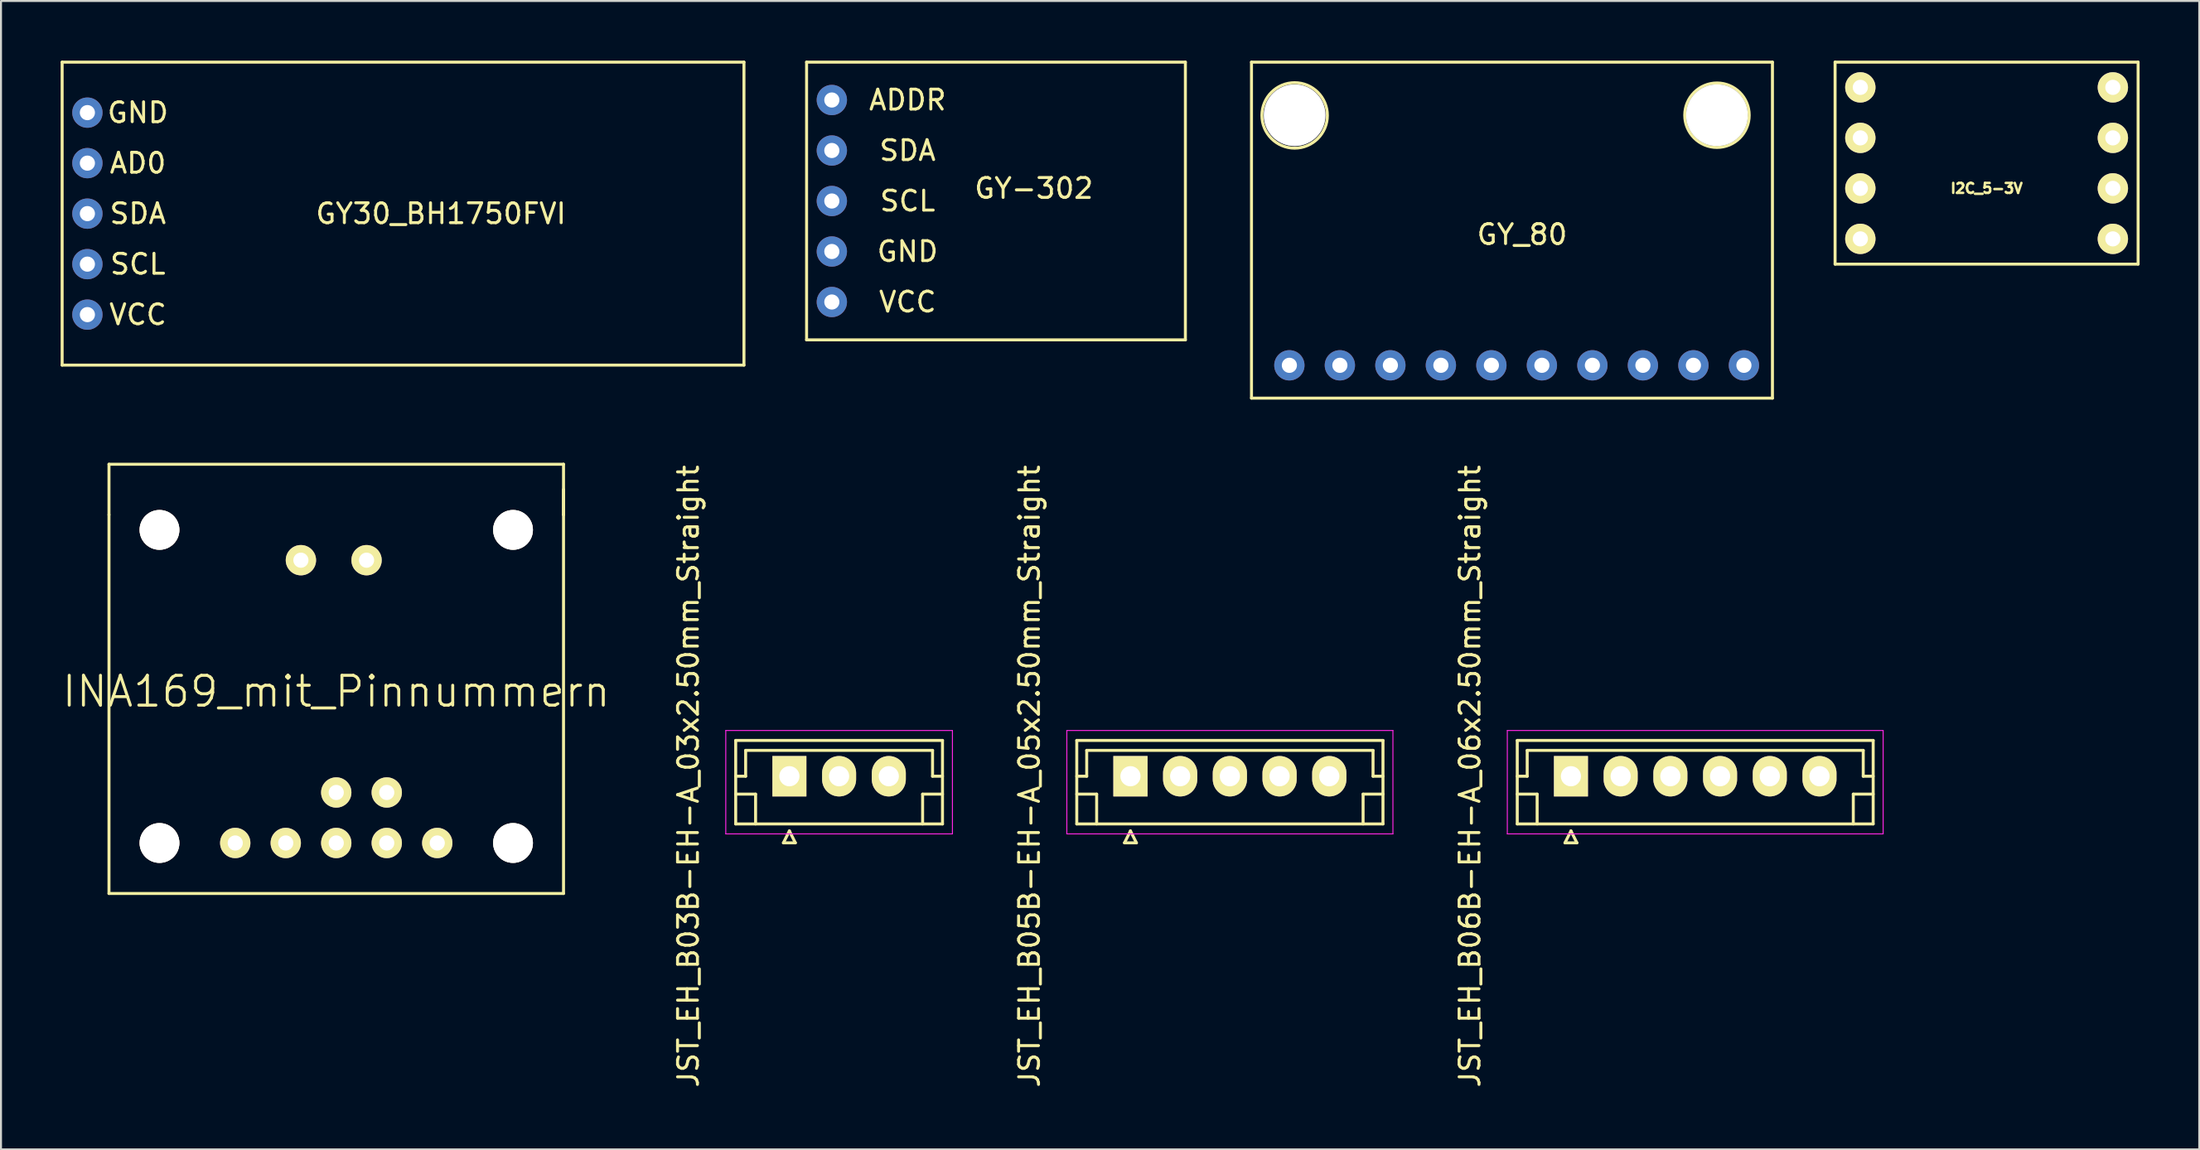
<source format=kicad_pcb>
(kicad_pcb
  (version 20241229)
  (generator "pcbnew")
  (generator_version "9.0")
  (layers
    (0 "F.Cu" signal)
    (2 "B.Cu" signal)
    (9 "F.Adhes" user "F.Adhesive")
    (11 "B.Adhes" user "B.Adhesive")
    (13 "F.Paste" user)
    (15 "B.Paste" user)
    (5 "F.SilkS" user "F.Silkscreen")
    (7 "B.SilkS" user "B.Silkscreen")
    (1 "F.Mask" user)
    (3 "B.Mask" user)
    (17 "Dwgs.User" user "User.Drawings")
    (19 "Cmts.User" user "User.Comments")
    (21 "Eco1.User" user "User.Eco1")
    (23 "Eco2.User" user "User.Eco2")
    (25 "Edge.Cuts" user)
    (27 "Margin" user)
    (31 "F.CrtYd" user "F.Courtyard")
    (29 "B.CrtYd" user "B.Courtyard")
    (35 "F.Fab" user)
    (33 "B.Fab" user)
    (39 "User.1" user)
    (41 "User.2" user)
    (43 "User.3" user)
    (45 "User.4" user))
  (footprint "INA169_mit_Pinnummern"
    (layer "F.Cu")
    (at 13.861 31.73)
    (property "Reference" "INA169_mit_Pinnummern" (at 0 0 180) (layer "F.SilkS") (effects (font (size 1.5 1.5) (thickness 0.15))))
    (attr through_hole)
    (fp_line (start -11.43 -11.43) (end 11.43 -11.43) (stroke (width 0.15) (type solid)) (layer "F.SilkS"))
    (fp_line (start -11.43 -8.89) (end -11.43 -11.43) (stroke (width 0.15) (type solid)) (layer "F.SilkS"))
    (fp_line (start -11.43 -8.89) (end -11.43 10.16) (stroke (width 0.15) (type solid)) (layer "F.SilkS"))
    (fp_line (start 11.43 -11.43) (end 11.43 -8.89) (stroke (width 0.15) (type solid)) (layer "F.SilkS"))
    (fp_line (start 11.43 -8.89) (end 11.43 -10.16) (stroke (width 0.15) (type solid)) (layer "F.SilkS"))
    (fp_line (start 11.43 10.16) (end -11.43 10.16) (stroke (width 0.15) (type solid)) (layer "F.SilkS"))
    (fp_line (start 11.43 10.16) (end 11.43 -8.89) (stroke (width 0.15) (type solid)) (layer "F.SilkS"))
    (pad "" thru_hole circle (at -8.89 -8.128) (size 2 2) (drill 2) (layers "*.Cu" "*.Mask" "F.SilkS"))
    (pad "" thru_hole circle (at -8.89 7.62) (size 2 2) (drill 2) (layers "*.Cu" "*.Mask" "F.SilkS"))
    (pad "" thru_hole circle (at 8.89 -8.128) (size 2 2) (drill 2) (layers "*.Cu" "*.Mask" "F.SilkS"))
    (pad "" thru_hole circle (at 8.89 7.62) (size 2 2) (drill 2) (layers "*.Cu" "*.Mask" "F.SilkS"))
    (pad "1" thru_hole circle (at -5.08 7.62) (size 1.524 1.524) (drill 0.762) (layers "*.Cu" "*.Mask" "F.SilkS"))
    (pad "2" thru_hole circle (at -2.54 7.62) (size 1.524 1.524) (drill 0.762) (layers "*.Cu" "*.Mask" "F.SilkS"))
    (pad "3" thru_hole circle (at 5.08 7.62) (size 1.524 1.524) (drill 0.762) (layers "*.Cu" "*.Mask" "F.SilkS"))
    (pad "4" thru_hole circle (at 1.524 -6.604) (size 1.524 1.524) (drill 0.762) (layers "*.Cu" "*.Mask" "F.SilkS"))
    (pad "4" thru_hole circle (at 2.54 5.08) (size 1.524 1.524) (drill 0.762) (layers "*.Cu" "*.Mask" "F.SilkS"))
    (pad "4" thru_hole circle (at 2.54 7.62) (size 1.524 1.524) (drill 0.762) (layers "*.Cu" "*.Mask" "F.SilkS"))
    (pad "5" thru_hole circle (at -1.778 -6.604) (size 1.524 1.524) (drill 0.762) (layers "*.Cu" "*.Mask" "F.SilkS"))
    (pad "5" thru_hole circle (at 0 5.08) (size 1.524 1.524) (drill 0.762) (layers "*.Cu" "*.Mask" "F.SilkS"))
    (pad "5" thru_hole circle (at 0 7.62) (size 1.524 1.524) (drill 0.762) (layers "*.Cu" "*.Mask" "F.SilkS")))
  (footprint "GY-302"
    (layer "F.Cu")
    (at 47.04 7.06)
    (property "Reference" "GY-302" (at 1.905 -0.635 0) (layer "F.SilkS") (effects (font (size 1 1) (thickness 0.15))))
    (attr through_hole)
    (fp_line (start -9.525 -6.985) (end -9.525 6.985) (stroke (width 0.15) (type solid)) (layer "F.SilkS"))
    (fp_line (start -9.525 -6.985) (end 9.525 -6.985) (stroke (width 0.15) (type solid)) (layer "F.SilkS"))
    (fp_line (start 9.525 -6.985) (end 9.525 6.985) (stroke (width 0.15) (type solid)) (layer "F.SilkS"))
    (fp_line (start 9.525 6.985) (end -9.525 6.985) (stroke (width 0.15) (type solid)) (layer "F.SilkS"))
    (fp_text user "ADDR" (at -4.445 -5.08 0) (layer "F.SilkS") (effects (font (size 1 1) (thickness 0.15))))
    (fp_text user "VCC" (at -4.445 5.08 0) (layer "F.SilkS") (effects (font (size 1 1) (thickness 0.15))))
    (fp_text user "SCL" (at -4.445 0 0) (layer "F.SilkS") (effects (font (size 1 1) (thickness 0.15))))
    (fp_text user "GND" (at -4.445 2.54 0) (layer "F.SilkS") (effects (font (size 1 1) (thickness 0.15))))
    (fp_text user "SDA" (at -4.445 -2.54 0) (layer "F.SilkS") (effects (font (size 1 1) (thickness 0.15))))
    (pad "1" thru_hole circle (at -8.255 -5.08) (size 1.524 1.524) (drill 0.762) (layers "*.Cu" "*.Mask"))
    (pad "2" thru_hole circle (at -8.255 -2.54) (size 1.524 1.524) (drill 0.762) (layers "*.Cu" "*.Mask"))
    (pad "3" thru_hole circle (at -8.255 0) (size 1.524 1.524) (drill 0.762) (layers "*.Cu" "*.Mask"))
    (pad "4" thru_hole circle (at -8.255 2.54) (size 1.524 1.524) (drill 0.762) (layers "*.Cu" "*.Mask"))
    (pad "5" thru_hole circle (at -8.255 5.08) (size 1.524 1.524) (drill 0.762) (layers "*.Cu" "*.Mask")))
  (footprint "I2C_5-3V"
    (layer "F.Cu")
    (at 96.86 5.155)
    (property "Reference" "I2C_5-3V" (at 0 1.27 0) (layer "F.SilkS") (effects (font (size 0.5 0.5) (thickness 0.125))))
    (attr through_hole)
    (fp_line (start -7.62 -5.08) (end 7.62 -5.08) (stroke (width 0.15) (type solid)) (layer "F.SilkS"))
    (fp_line (start -7.62 5.08) (end -7.62 -5.08) (stroke (width 0.15) (type solid)) (layer "F.SilkS"))
    (fp_line (start 7.62 -5.08) (end 7.62 5.08) (stroke (width 0.15) (type solid)) (layer "F.SilkS"))
    (fp_line (start 7.62 5.08) (end -7.62 5.08) (stroke (width 0.15) (type solid)) (layer "F.SilkS"))
    (pad "1" thru_hole circle (at -6.35 -3.81) (size 1.524 1.524) (drill 0.762) (layers "*.Cu" "*.Mask" "F.SilkS"))
    (pad "2" thru_hole circle (at -6.35 -1.27) (size 1.524 1.524) (drill 0.762) (layers "*.Cu" "*.Mask" "F.SilkS"))
    (pad "3" thru_hole circle (at -6.35 1.27) (size 1.524 1.524) (drill 0.762) (layers "*.Cu" "*.Mask" "F.SilkS"))
    (pad "4" thru_hole circle (at -6.35 3.81) (size 1.524 1.524) (drill 0.762) (layers "*.Cu" "*.Mask" "F.SilkS"))
    (pad "5" thru_hole circle (at 6.35 -3.81) (size 1.524 1.524) (drill 0.762) (layers "*.Cu" "*.Mask" "F.SilkS"))
    (pad "6" thru_hole circle (at 6.35 -1.27) (size 1.524 1.524) (drill 0.762) (layers "*.Cu" "*.Mask" "F.SilkS"))
    (pad "7" thru_hole circle (at 6.35 1.27) (size 1.524 1.524) (drill 0.762) (layers "*.Cu" "*.Mask" "F.SilkS"))
    (pad "8" thru_hole circle (at 6.35 3.81) (size 1.524 1.524) (drill 0.762) (layers "*.Cu" "*.Mask" "F.SilkS")))
  (footprint "JST_EH_B03B-EH-A_03x2.50mm_Straight"
    (layer "F.Cu")
    (at 36.65 35.993)
    (property "Reference" "JST_EH_B03B-EH-A_03x2.50mm_Straight" (at -5.08 0 90) (layer "F.SilkS") (effects (font (size 1 1) (thickness 0.15))))
    (attr through_hole)
    (fp_line (start -2.7 -1.8) (end -2.7 2.4) (stroke (width 0.15) (type solid)) (layer "F.SilkS"))
    (fp_line (start -2.7 0) (end -2.2 0) (stroke (width 0.15) (type solid)) (layer "F.SilkS"))
    (fp_line (start -2.7 0.9) (end -1.7 0.9) (stroke (width 0.15) (type solid)) (layer "F.SilkS"))
    (fp_line (start -2.7 2.4) (end 7.7 2.4) (stroke (width 0.15) (type solid)) (layer "F.SilkS"))
    (fp_line (start -2.2 -1.3) (end 7.2 -1.3) (stroke (width 0.15) (type solid)) (layer "F.SilkS"))
    (fp_line (start -2.2 0) (end -2.2 -1.3) (stroke (width 0.15) (type solid)) (layer "F.SilkS"))
    (fp_line (start -1.7 0.9) (end -1.7 2.4) (stroke (width 0.15) (type solid)) (layer "F.SilkS"))
    (fp_line (start -0.3 3.35) (end 0.3 3.35) (stroke (width 0.15) (type solid)) (layer "F.SilkS"))
    (fp_line (start 0 2.75) (end -0.3 3.35) (stroke (width 0.15) (type solid)) (layer "F.SilkS"))
    (fp_line (start 0.3 3.35) (end 0 2.75) (stroke (width 0.15) (type solid)) (layer "F.SilkS"))
    (fp_line (start 6.7 0.9) (end 6.7 2.4) (stroke (width 0.15) (type solid)) (layer "F.SilkS"))
    (fp_line (start 7.2 -1.3) (end 7.2 0) (stroke (width 0.15) (type solid)) (layer "F.SilkS"))
    (fp_line (start 7.2 0) (end 7.7 0) (stroke (width 0.15) (type solid)) (layer "F.SilkS"))
    (fp_line (start 7.7 -1.8) (end -2.7 -1.8) (stroke (width 0.15) (type solid)) (layer "F.SilkS"))
    (fp_line (start 7.7 0.9) (end 6.7 0.9) (stroke (width 0.15) (type solid)) (layer "F.SilkS"))
    (fp_line (start 7.7 2.4) (end 7.7 -1.8) (stroke (width 0.15) (type solid)) (layer "F.SilkS"))
    (fp_line (start -3.2 -2.3) (end -3.2 2.9) (stroke (width 0.05) (type solid)) (layer "F.CrtYd"))
    (fp_line (start -3.2 2.9) (end 8.2 2.9) (stroke (width 0.05) (type solid)) (layer "F.CrtYd"))
    (fp_line (start 8.2 -2.3) (end -3.2 -2.3) (stroke (width 0.05) (type solid)) (layer "F.CrtYd"))
    (fp_line (start 8.2 2.9) (end 8.2 -2.3) (stroke (width 0.05) (type solid)) (layer "F.CrtYd"))
    (pad "1" thru_hole rect (at 0 0) (size 1.71 2.032) (drill 1.016) (layers "*.Cu" "*.Mask" "F.SilkS"))
    (pad "2" thru_hole oval (at 2.5 0) (size 1.71 2.032) (drill 1.016) (layers "*.Cu" "*.Mask" "F.SilkS"))
    (pad "3" thru_hole oval (at 5 0) (size 1.71 2.032) (drill 1.016) (layers "*.Cu" "*.Mask" "F.SilkS")))
  (footprint "JST_EH_B06B-EH-A_06x2.50mm_Straight"
    (layer "F.Cu")
    (at 75.956 35.993)
    (property "Reference" "JST_EH_B06B-EH-A_06x2.50mm_Straight" (at -5.08 0 90) (layer "F.SilkS") (effects (font (size 1 1) (thickness 0.15))))
    (attr through_hole)
    (fp_line (start -2.7 -1.8) (end -2.7 2.4) (stroke (width 0.15) (type solid)) (layer "F.SilkS"))
    (fp_line (start -2.7 0) (end -2.2 0) (stroke (width 0.15) (type solid)) (layer "F.SilkS"))
    (fp_line (start -2.7 0.9) (end -1.7 0.9) (stroke (width 0.15) (type solid)) (layer "F.SilkS"))
    (fp_line (start -2.7 2.4) (end 15.2 2.4) (stroke (width 0.15) (type solid)) (layer "F.SilkS"))
    (fp_line (start -2.2 -1.3) (end 14.7 -1.3) (stroke (width 0.15) (type solid)) (layer "F.SilkS"))
    (fp_line (start -2.2 0) (end -2.2 -1.3) (stroke (width 0.15) (type solid)) (layer "F.SilkS"))
    (fp_line (start -1.7 0.9) (end -1.7 2.4) (stroke (width 0.15) (type solid)) (layer "F.SilkS"))
    (fp_line (start -0.3 3.35) (end 0.3 3.35) (stroke (width 0.15) (type solid)) (layer "F.SilkS"))
    (fp_line (start 0 2.75) (end -0.3 3.35) (stroke (width 0.15) (type solid)) (layer "F.SilkS"))
    (fp_line (start 0.3 3.35) (end 0 2.75) (stroke (width 0.15) (type solid)) (layer "F.SilkS"))
    (fp_line (start 14.2 0.9) (end 14.2 2.4) (stroke (width 0.15) (type solid)) (layer "F.SilkS"))
    (fp_line (start 14.7 -1.3) (end 14.7 0) (stroke (width 0.15) (type solid)) (layer "F.SilkS"))
    (fp_line (start 14.7 0) (end 15.2 0) (stroke (width 0.15) (type solid)) (layer "F.SilkS"))
    (fp_line (start 15.2 -1.8) (end -2.7 -1.8) (stroke (width 0.15) (type solid)) (layer "F.SilkS"))
    (fp_line (start 15.2 0.9) (end 14.2 0.9) (stroke (width 0.15) (type solid)) (layer "F.SilkS"))
    (fp_line (start 15.2 2.4) (end 15.2 -1.8) (stroke (width 0.15) (type solid)) (layer "F.SilkS"))
    (fp_line (start -3.2 -2.3) (end -3.2 2.9) (stroke (width 0.05) (type solid)) (layer "F.CrtYd"))
    (fp_line (start -3.2 2.9) (end 15.7 2.9) (stroke (width 0.05) (type solid)) (layer "F.CrtYd"))
    (fp_line (start 15.7 -2.3) (end -3.2 -2.3) (stroke (width 0.05) (type solid)) (layer "F.CrtYd"))
    (fp_line (start 15.7 2.9) (end 15.7 -2.3) (stroke (width 0.05) (type solid)) (layer "F.CrtYd"))
    (pad "1" thru_hole rect (at 0 0) (size 1.71 2.032) (drill 1.016) (layers "*.Cu" "*.Mask" "F.SilkS"))
    (pad "2" thru_hole oval (at 2.5 0) (size 1.71 2.032) (drill 1.016) (layers "*.Cu" "*.Mask" "F.SilkS"))
    (pad "3" thru_hole oval (at 5 0) (size 1.71 2.032) (drill 1.016) (layers "*.Cu" "*.Mask" "F.SilkS"))
    (pad "4" thru_hole oval (at 7.5 0) (size 1.71 2.032) (drill 1.016) (layers "*.Cu" "*.Mask" "F.SilkS"))
    (pad "5" thru_hole oval (at 10 0) (size 1.71 2.032) (drill 1.016) (layers "*.Cu" "*.Mask" "F.SilkS"))
    (pad "6" thru_hole oval (at 12.5 0) (size 1.71 2.032) (drill 1.016) (layers "*.Cu" "*.Mask" "F.SilkS")))
  (footprint "GY30_BH1750FVI"
    (layer "F.Cu")
    (at 17.22 7.695)
    (property "Reference" "GY30_BH1750FVI" (at 1.905 0 0) (unlocked yes) (layer "F.SilkS") (effects (font (size 1 1) (thickness 0.15))))
    (attr through_hole)
    (fp_line (start -17.145 -7.62) (end 17.145 -7.62) (stroke (width 0.15) (type solid)) (layer "F.SilkS"))
    (fp_line (start -17.145 7.62) (end -17.145 -7.62) (stroke (width 0.15) (type solid)) (layer "F.SilkS"))
    (fp_line (start 17.145 -7.62) (end 17.145 7.62) (stroke (width 0.15) (type solid)) (layer "F.SilkS"))
    (fp_line (start 17.145 7.62) (end -17.145 7.62) (stroke (width 0.15) (type solid)) (layer "F.SilkS"))
    (fp_text user "VCC" (at -13.335 5.08 0) (unlocked yes) (layer "F.SilkS") (effects (font (size 1 1) (thickness 0.15))))
    (fp_text user "SDA" (at -13.335 0 0) (unlocked yes) (layer "F.SilkS") (effects (font (size 1 1) (thickness 0.15))))
    (fp_text user "GND" (at -13.335 -5.08 0) (unlocked yes) (layer "F.SilkS") (effects (font (size 1 1) (thickness 0.15))))
    (fp_text user "AD0" (at -13.335 -2.54 0) (unlocked yes) (layer "F.SilkS") (effects (font (size 1 1) (thickness 0.15))))
    (fp_text user "SCL" (at -13.335 2.54 0) (unlocked yes) (layer "F.SilkS") (effects (font (size 1 1) (thickness 0.15))))
    (pad "1" thru_hole circle (at -15.875 -5.08) (size 1.524 1.524) (drill 0.762) (layers "*.Cu" "*.Mask"))
    (pad "2" thru_hole circle (at -15.875 -2.54) (size 1.524 1.524) (drill 0.762) (layers "*.Cu" "*.Mask"))
    (pad "3" thru_hole circle (at -15.875 0) (size 1.524 1.524) (drill 0.762) (layers "*.Cu" "*.Mask"))
    (pad "4" thru_hole circle (at -15.875 2.54) (size 1.524 1.524) (drill 0.762) (layers "*.Cu" "*.Mask"))
    (pad "5" thru_hole circle (at -15.875 5.08) (size 1.524 1.524) (drill 0.762) (layers "*.Cu" "*.Mask")))
  (footprint "GY_80"
    (layer "F.Cu")
    (at 59.89 16.975)
    (property "Reference" "GY_80" (at 13.61 -8.23 0) (layer "F.SilkS") (effects (font (size 1 1) (thickness 0.15))))
    (attr through_hole)
    (fp_line (start 0 -16.9) (end 0 0) (stroke (width 0.15) (type solid)) (layer "F.SilkS"))
    (fp_line (start 0 0) (end 26.2 0) (stroke (width 0.15) (type solid)) (layer "F.SilkS"))
    (fp_line (start 26.2 -16.9) (end 0 -16.9) (stroke (width 0.15) (type solid)) (layer "F.SilkS"))
    (fp_line (start 26.2 0) (end 26.2 -16.9) (stroke (width 0.15) (type solid)) (layer "F.SilkS"))
    (fp_circle (center 2.17 -14.22) (end 3.5 -13.25) (stroke (width 0.15) (type solid)) (fill no) (layer "F.SilkS"))
    (fp_circle (center 23.41 -14.23) (end 24.21 -12.82) (stroke (width 0.15) (type solid)) (fill no) (layer "F.SilkS"))
    (pad "1" thru_hole circle (at 1.905 -1.651) (size 1.524 1.524) (drill 0.762) (layers "*.Cu" "*.Mask"))
    (pad "2" thru_hole circle (at 4.445 -1.651) (size 1.524 1.524) (drill 0.762) (layers "*.Cu" "*.Mask"))
    (pad "3" thru_hole circle (at 6.985 -1.651) (size 1.524 1.524) (drill 0.762) (layers "*.Cu" "*.Mask"))
    (pad "4" thru_hole circle (at 9.525 -1.651) (size 1.524 1.524) (drill 0.762) (layers "*.Cu" "*.Mask"))
    (pad "5" thru_hole circle (at 12.065 -1.651) (size 1.524 1.524) (drill 0.762) (layers "*.Cu" "*.Mask"))
    (pad "6" thru_hole circle (at 14.605 -1.651) (size 1.524 1.524) (drill 0.762) (layers "*.Cu" "*.Mask"))
    (pad "7" thru_hole circle (at 17.145 -1.651) (size 1.524 1.524) (drill 0.762) (layers "*.Cu" "*.Mask"))
    (pad "8" thru_hole circle (at 19.685 -1.651) (size 1.524 1.524) (drill 0.762) (layers "*.Cu" "*.Mask"))
    (pad "9" thru_hole circle (at 22.225 -1.651) (size 1.524 1.524) (drill 0.762) (layers "*.Cu" "*.Mask"))
    (pad "10" thru_hole circle (at 24.765 -1.651) (size 1.524 1.524) (drill 0.762) (layers "*.Cu" "*.Mask"))
    (pad "11" thru_hole circle (at 23.41 -14.23) (size 3.1 3.1) (drill 3.1) (layers "*.Cu" "*.Mask"))
    (pad "12" thru_hole circle (at 2.17 -14.23) (size 3.1 3.1) (drill 3.1) (layers "*.Cu" "*.Mask")))
  (footprint "JST_EH_B05B-EH-A_05x2.50mm_Straight"
    (layer "F.Cu")
    (at 53.803 35.993)
    (property "Reference" "JST_EH_B05B-EH-A_05x2.50mm_Straight" (at -5.08 0 90) (layer "F.SilkS") (effects (font (size 1 1) (thickness 0.15))))
    (attr through_hole)
    (fp_line (start -2.7 -1.8) (end -2.7 2.4) (stroke (width 0.15) (type solid)) (layer "F.SilkS"))
    (fp_line (start -2.7 0) (end -2.2 0) (stroke (width 0.15) (type solid)) (layer "F.SilkS"))
    (fp_line (start -2.7 0.9) (end -1.7 0.9) (stroke (width 0.15) (type solid)) (layer "F.SilkS"))
    (fp_line (start -2.7 2.4) (end 12.7 2.4) (stroke (width 0.15) (type solid)) (layer "F.SilkS"))
    (fp_line (start -2.2 -1.3) (end 12.2 -1.3) (stroke (width 0.15) (type solid)) (layer "F.SilkS"))
    (fp_line (start -2.2 0) (end -2.2 -1.3) (stroke (width 0.15) (type solid)) (layer "F.SilkS"))
    (fp_line (start -1.7 0.9) (end -1.7 2.4) (stroke (width 0.15) (type solid)) (layer "F.SilkS"))
    (fp_line (start -0.3 3.35) (end 0.3 3.35) (stroke (width 0.15) (type solid)) (layer "F.SilkS"))
    (fp_line (start 0 2.75) (end -0.3 3.35) (stroke (width 0.15) (type solid)) (layer "F.SilkS"))
    (fp_line (start 0.3 3.35) (end 0 2.75) (stroke (width 0.15) (type solid)) (layer "F.SilkS"))
    (fp_line (start 11.7 0.9) (end 11.7 2.4) (stroke (width 0.15) (type solid)) (layer "F.SilkS"))
    (fp_line (start 12.2 -1.3) (end 12.2 0) (stroke (width 0.15) (type solid)) (layer "F.SilkS"))
    (fp_line (start 12.2 0) (end 12.7 0) (stroke (width 0.15) (type solid)) (layer "F.SilkS"))
    (fp_line (start 12.7 -1.8) (end -2.7 -1.8) (stroke (width 0.15) (type solid)) (layer "F.SilkS"))
    (fp_line (start 12.7 0.9) (end 11.7 0.9) (stroke (width 0.15) (type solid)) (layer "F.SilkS"))
    (fp_line (start 12.7 2.4) (end 12.7 -1.8) (stroke (width 0.15) (type solid)) (layer "F.SilkS"))
    (fp_line (start -3.2 -2.3) (end -3.2 2.9) (stroke (width 0.05) (type solid)) (layer "F.CrtYd"))
    (fp_line (start -3.2 2.9) (end 13.2 2.9) (stroke (width 0.05) (type solid)) (layer "F.CrtYd"))
    (fp_line (start 13.2 -2.3) (end -3.2 -2.3) (stroke (width 0.05) (type solid)) (layer "F.CrtYd"))
    (fp_line (start 13.2 2.9) (end 13.2 -2.3) (stroke (width 0.05) (type solid)) (layer "F.CrtYd"))
    (pad "1" thru_hole rect (at 0 0) (size 1.72 2.032) (drill 1.016) (layers "*.Cu" "*.Mask" "F.SilkS"))
    (pad "2" thru_hole oval (at 2.5 0) (size 1.72 2.032) (drill 1.016) (layers "*.Cu" "*.Mask" "F.SilkS"))
    (pad "3" thru_hole oval (at 5 0) (size 1.72 2.032) (drill 1.016) (layers "*.Cu" "*.Mask" "F.SilkS"))
    (pad "4" thru_hole oval (at 7.5 0) (size 1.72 2.032) (drill 1.016) (layers "*.Cu" "*.Mask" "F.SilkS"))
    (pad "5" thru_hole oval (at 10 0) (size 1.72 2.032) (drill 1.016) (layers "*.Cu" "*.Mask" "F.SilkS")))
  (gr_rect
    (start -3 -3)
    (end 107.555 54.761)
    (stroke (width 0.1) (type default))
    (fill no)
    (layer "Edge.Cuts")))
</source>
